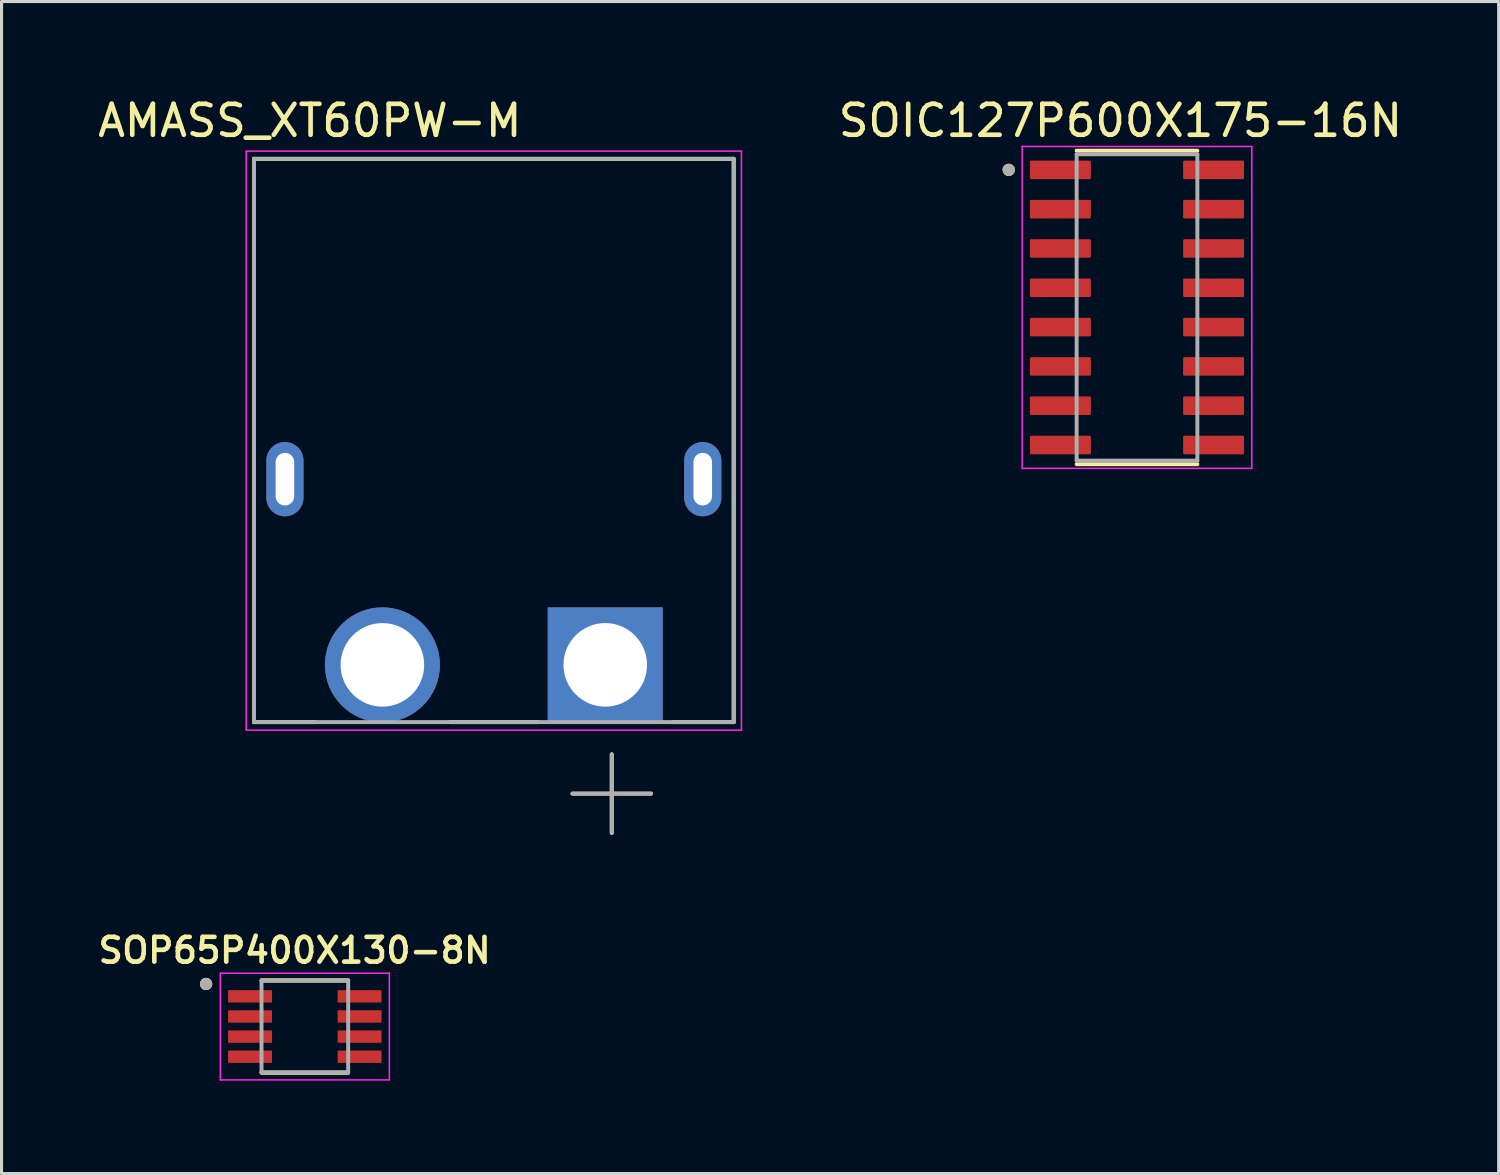
<source format=kicad_pcb>
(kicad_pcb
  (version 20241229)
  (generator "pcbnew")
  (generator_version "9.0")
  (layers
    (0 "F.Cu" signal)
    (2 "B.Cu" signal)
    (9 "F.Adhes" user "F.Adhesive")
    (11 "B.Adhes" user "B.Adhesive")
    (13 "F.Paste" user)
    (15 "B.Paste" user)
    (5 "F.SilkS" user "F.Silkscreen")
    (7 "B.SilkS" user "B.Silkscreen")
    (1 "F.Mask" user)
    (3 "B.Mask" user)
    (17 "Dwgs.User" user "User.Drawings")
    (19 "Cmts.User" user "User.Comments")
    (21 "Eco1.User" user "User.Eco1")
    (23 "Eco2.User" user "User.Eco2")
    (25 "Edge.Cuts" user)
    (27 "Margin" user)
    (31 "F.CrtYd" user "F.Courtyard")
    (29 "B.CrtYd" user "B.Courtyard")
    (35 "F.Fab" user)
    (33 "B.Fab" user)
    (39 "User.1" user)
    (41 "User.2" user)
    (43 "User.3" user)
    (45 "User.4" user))
  (footprint "SOP65P400X130-8N"
    (layer "F.Cu")
    (at 6.799 30.116)
    (property "Reference" "SOP65P400X130-8N" (at -0.33 -2.46 0) (layer "F.SilkS") (effects (font (size 0.8 0.8) (thickness 0.15))))
    (attr smd)
    (fp_line (start -1.4 -1.495) (end 1.4 -1.495) (stroke (width 0.127) (type solid)) (layer "F.SilkS"))
    (fp_line (start -1.4 1.495) (end 1.4 1.495) (stroke (width 0.127) (type solid)) (layer "F.SilkS"))
    (fp_circle (center -3.19 -1.375) (end -3.09 -1.375) (stroke (width 0.2) (type solid)) (fill no) (layer "F.SilkS"))
    (fp_line (start -2.73 -1.725) (end -2.73 1.725) (stroke (width 0.05) (type solid)) (layer "F.CrtYd"))
    (fp_line (start -2.73 -1.725) (end 2.73 -1.725) (stroke (width 0.05) (type solid)) (layer "F.CrtYd"))
    (fp_line (start -2.73 1.725) (end 2.73 1.725) (stroke (width 0.05) (type solid)) (layer "F.CrtYd"))
    (fp_line (start 2.73 -1.725) (end 2.73 1.725) (stroke (width 0.05) (type solid)) (layer "F.CrtYd"))
    (fp_line (start -1.4 -1.475) (end -1.4 1.475) (stroke (width 0.127) (type solid)) (layer "F.Fab"))
    (fp_line (start -1.4 -1.475) (end 1.4 -1.475) (stroke (width 0.127) (type solid)) (layer "F.Fab"))
    (fp_line (start -1.4 1.475) (end 1.4 1.475) (stroke (width 0.127) (type solid)) (layer "F.Fab"))
    (fp_line (start 1.4 -1.475) (end 1.4 1.475) (stroke (width 0.127) (type solid)) (layer "F.Fab"))
    (fp_circle (center -3.19 -1.375) (end -3.09 -1.375) (stroke (width 0.2) (type solid)) (fill no) (layer "F.Fab"))
    (pad "1" smd roundrect (at -1.77 -0.975) (size 1.42 0.4) (layers "F.Cu" "F.Mask" "F.Paste") (roundrect_rratio 0.05))
    (pad "2" smd roundrect (at -1.77 -0.325) (size 1.42 0.4) (layers "F.Cu" "F.Mask" "F.Paste") (roundrect_rratio 0.05))
    (pad "3" smd roundrect (at -1.77 0.325) (size 1.42 0.4) (layers "F.Cu" "F.Mask" "F.Paste") (roundrect_rratio 0.05))
    (pad "4" smd roundrect (at -1.77 0.975) (size 1.42 0.4) (layers "F.Cu" "F.Mask" "F.Paste") (roundrect_rratio 0.05))
    (pad "5" smd roundrect (at 1.77 0.975) (size 1.42 0.4) (layers "F.Cu" "F.Mask" "F.Paste") (roundrect_rratio 0.05))
    (pad "6" smd roundrect (at 1.77 0.325) (size 1.42 0.4) (layers "F.Cu" "F.Mask" "F.Paste") (roundrect_rratio 0.05))
    (pad "7" smd roundrect (at 1.77 -0.325) (size 1.42 0.4) (layers "F.Cu" "F.Mask" "F.Paste") (roundrect_rratio 0.05))
    (pad "8" smd roundrect (at 1.77 -0.975) (size 1.42 0.4) (layers "F.Cu" "F.Mask" "F.Paste") (roundrect_rratio 0.05)))
  (footprint "AMASS_XT60PW-M"
    (layer "F.Cu")
    (at 12.905 12.431)
    (property "Reference" "AMASS_XT60PW-M" (at -5.944 -11.582 0) (layer "F.SilkS") (effects (font (size 1 1) (thickness 0.15))))
    (attr through_hole)
    (fp_line (start -7.75 -10.35) (end -7.75 7.85) (stroke (width 0.127) (type solid)) (layer "F.SilkS"))
    (fp_line (start -7.75 7.85) (end -5.778 7.85) (stroke (width 0.127) (type solid)) (layer "F.SilkS"))
    (fp_line (start -1.422 7.85) (end 1.422 7.85) (stroke (width 0.127) (type solid)) (layer "F.SilkS"))
    (fp_line (start 2.54 10.16) (end 3.81 10.16) (stroke (width 0.127) (type solid)) (layer "F.SilkS"))
    (fp_line (start 3.81 10.16) (end 3.81 8.89) (stroke (width 0.127) (type solid)) (layer "F.SilkS"))
    (fp_line (start 3.81 10.16) (end 3.81 11.43) (stroke (width 0.127) (type solid)) (layer "F.SilkS"))
    (fp_line (start 5.08 10.16) (end 3.81 10.16) (stroke (width 0.127) (type solid)) (layer "F.SilkS"))
    (fp_line (start 7.75 -10.35) (end -7.75 -10.35) (stroke (width 0.127) (type solid)) (layer "F.SilkS"))
    (fp_line (start 7.75 7.85) (end 5.778 7.85) (stroke (width 0.127) (type solid)) (layer "F.SilkS"))
    (fp_line (start 7.75 7.85) (end 7.75 -10.35) (stroke (width 0.127) (type solid)) (layer "F.SilkS"))
    (fp_line (start -8 -10.6) (end -8 8.11) (stroke (width 0.05) (type solid)) (layer "F.CrtYd"))
    (fp_line (start -8 8.11) (end 8 8.11) (stroke (width 0.05) (type solid)) (layer "F.CrtYd"))
    (fp_line (start 8 -10.6) (end -8 -10.6) (stroke (width 0.05) (type solid)) (layer "F.CrtYd"))
    (fp_line (start 8 8.11) (end 8 -10.6) (stroke (width 0.05) (type solid)) (layer "F.CrtYd"))
    (fp_line (start -7.75 -10.35) (end -7.75 7.85) (stroke (width 0.127) (type solid)) (layer "F.Fab"))
    (fp_line (start -7.75 7.85) (end 7.75 7.85) (stroke (width 0.127) (type solid)) (layer "F.Fab"))
    (fp_line (start 2.54 10.16) (end 3.81 10.16) (stroke (width 0.127) (type solid)) (layer "F.Fab"))
    (fp_line (start 3.81 10.16) (end 3.81 8.89) (stroke (width 0.127) (type solid)) (layer "F.Fab"))
    (fp_line (start 3.81 10.16) (end 3.81 11.43) (stroke (width 0.127) (type solid)) (layer "F.Fab"))
    (fp_line (start 5.08 10.16) (end 3.81 10.16) (stroke (width 0.127) (type solid)) (layer "F.Fab"))
    (fp_line (start 7.75 -10.35) (end -7.75 -10.35) (stroke (width 0.127) (type solid)) (layer "F.Fab"))
    (fp_line (start 7.75 7.85) (end 7.75 -10.35) (stroke (width 0.127) (type solid)) (layer "F.Fab"))
    (pad "1" thru_hole rect (at 3.6 6) (size 3.716 3.716) (drill 2.7) (layers "*.Cu" "*.Mask"))
    (pad "2" thru_hole circle (at -3.6 6) (size 3.716 3.716) (drill 2.7) (layers "*.Cu" "*.Mask"))
    (pad "S1" thru_hole oval (at 6.75 0) (size 1.2 2.4) (drill oval 0.6 1.7) (layers "*.Cu" "*.Mask"))
    (pad "S2" thru_hole oval (at -6.75 0) (size 1.2 2.4) (drill oval 0.6 1.7) (layers "*.Cu" "*.Mask")))
  (footprint "SOIC127P600X175-16N"
    (layer "F.Cu")
    (at 33.685 6.883)
    (property "Reference" "SOIC127P600X175-16N" (at -0.535 -6.035 0) (layer "F.SilkS") (effects (font (size 1 1) (thickness 0.15))))
    (attr smd)
    (fp_line (start -1.95 -5.065) (end 1.95 -5.065) (stroke (width 0.127) (type solid)) (layer "F.SilkS"))
    (fp_line (start -1.95 5.065) (end 1.95 5.065) (stroke (width 0.127) (type solid)) (layer "F.SilkS"))
    (fp_circle (center -4.145 -4.445) (end -4.045 -4.445) (stroke (width 0.2) (type solid)) (fill no) (layer "F.SilkS"))
    (fp_line (start -3.71 -5.2) (end -3.71 5.2) (stroke (width 0.05) (type solid)) (layer "F.CrtYd"))
    (fp_line (start -3.71 -5.2) (end 3.71 -5.2) (stroke (width 0.05) (type solid)) (layer "F.CrtYd"))
    (fp_line (start -3.71 5.2) (end 3.71 5.2) (stroke (width 0.05) (type solid)) (layer "F.CrtYd"))
    (fp_line (start 3.71 -5.2) (end 3.71 5.2) (stroke (width 0.05) (type solid)) (layer "F.CrtYd"))
    (fp_line (start -1.95 -4.95) (end -1.95 4.95) (stroke (width 0.127) (type solid)) (layer "F.Fab"))
    (fp_line (start -1.95 -4.95) (end 1.95 -4.95) (stroke (width 0.127) (type solid)) (layer "F.Fab"))
    (fp_line (start -1.95 4.95) (end 1.95 4.95) (stroke (width 0.127) (type solid)) (layer "F.Fab"))
    (fp_line (start 1.95 -4.95) (end 1.95 4.95) (stroke (width 0.127) (type solid)) (layer "F.Fab"))
    (fp_circle (center -4.145 -4.445) (end -4.045 -4.445) (stroke (width 0.2) (type solid)) (fill no) (layer "F.Fab"))
    (pad "1" smd roundrect (at -2.475 -4.445) (size 1.97 0.6) (layers "F.Cu" "F.Mask" "F.Paste") (roundrect_rratio 0.07))
    (pad "2" smd roundrect (at -2.475 -3.175) (size 1.97 0.6) (layers "F.Cu" "F.Mask" "F.Paste") (roundrect_rratio 0.07))
    (pad "3" smd roundrect (at -2.475 -1.905) (size 1.97 0.6) (layers "F.Cu" "F.Mask" "F.Paste") (roundrect_rratio 0.07))
    (pad "4" smd roundrect (at -2.475 -0.635) (size 1.97 0.6) (layers "F.Cu" "F.Mask" "F.Paste") (roundrect_rratio 0.07))
    (pad "5" smd roundrect (at -2.475 0.635) (size 1.97 0.6) (layers "F.Cu" "F.Mask" "F.Paste") (roundrect_rratio 0.07))
    (pad "6" smd roundrect (at -2.475 1.905) (size 1.97 0.6) (layers "F.Cu" "F.Mask" "F.Paste") (roundrect_rratio 0.07))
    (pad "7" smd roundrect (at -2.475 3.175) (size 1.97 0.6) (layers "F.Cu" "F.Mask" "F.Paste") (roundrect_rratio 0.07))
    (pad "8" smd roundrect (at -2.475 4.445) (size 1.97 0.6) (layers "F.Cu" "F.Mask" "F.Paste") (roundrect_rratio 0.07))
    (pad "9" smd roundrect (at 2.475 4.445) (size 1.97 0.6) (layers "F.Cu" "F.Mask" "F.Paste") (roundrect_rratio 0.07))
    (pad "10" smd roundrect (at 2.475 3.175) (size 1.97 0.6) (layers "F.Cu" "F.Mask" "F.Paste") (roundrect_rratio 0.07))
    (pad "11" smd roundrect (at 2.475 1.905) (size 1.97 0.6) (layers "F.Cu" "F.Mask" "F.Paste") (roundrect_rratio 0.07))
    (pad "12" smd roundrect (at 2.475 0.635) (size 1.97 0.6) (layers "F.Cu" "F.Mask" "F.Paste") (roundrect_rratio 0.07))
    (pad "13" smd roundrect (at 2.475 -0.635) (size 1.97 0.6) (layers "F.Cu" "F.Mask" "F.Paste") (roundrect_rratio 0.07))
    (pad "14" smd roundrect (at 2.475 -1.905) (size 1.97 0.6) (layers "F.Cu" "F.Mask" "F.Paste") (roundrect_rratio 0.07))
    (pad "15" smd roundrect (at 2.475 -3.175) (size 1.97 0.6) (layers "F.Cu" "F.Mask" "F.Paste") (roundrect_rratio 0.07))
    (pad "16" smd roundrect (at 2.475 -4.445) (size 1.97 0.6) (layers "F.Cu" "F.Mask" "F.Paste") (roundrect_rratio 0.07)))
  (gr_rect
    (start -3 -3)
    (end 45.37 34.866)
    (stroke (width 0.1) (type default))
    (fill no)
    (layer "Edge.Cuts")))
</source>
